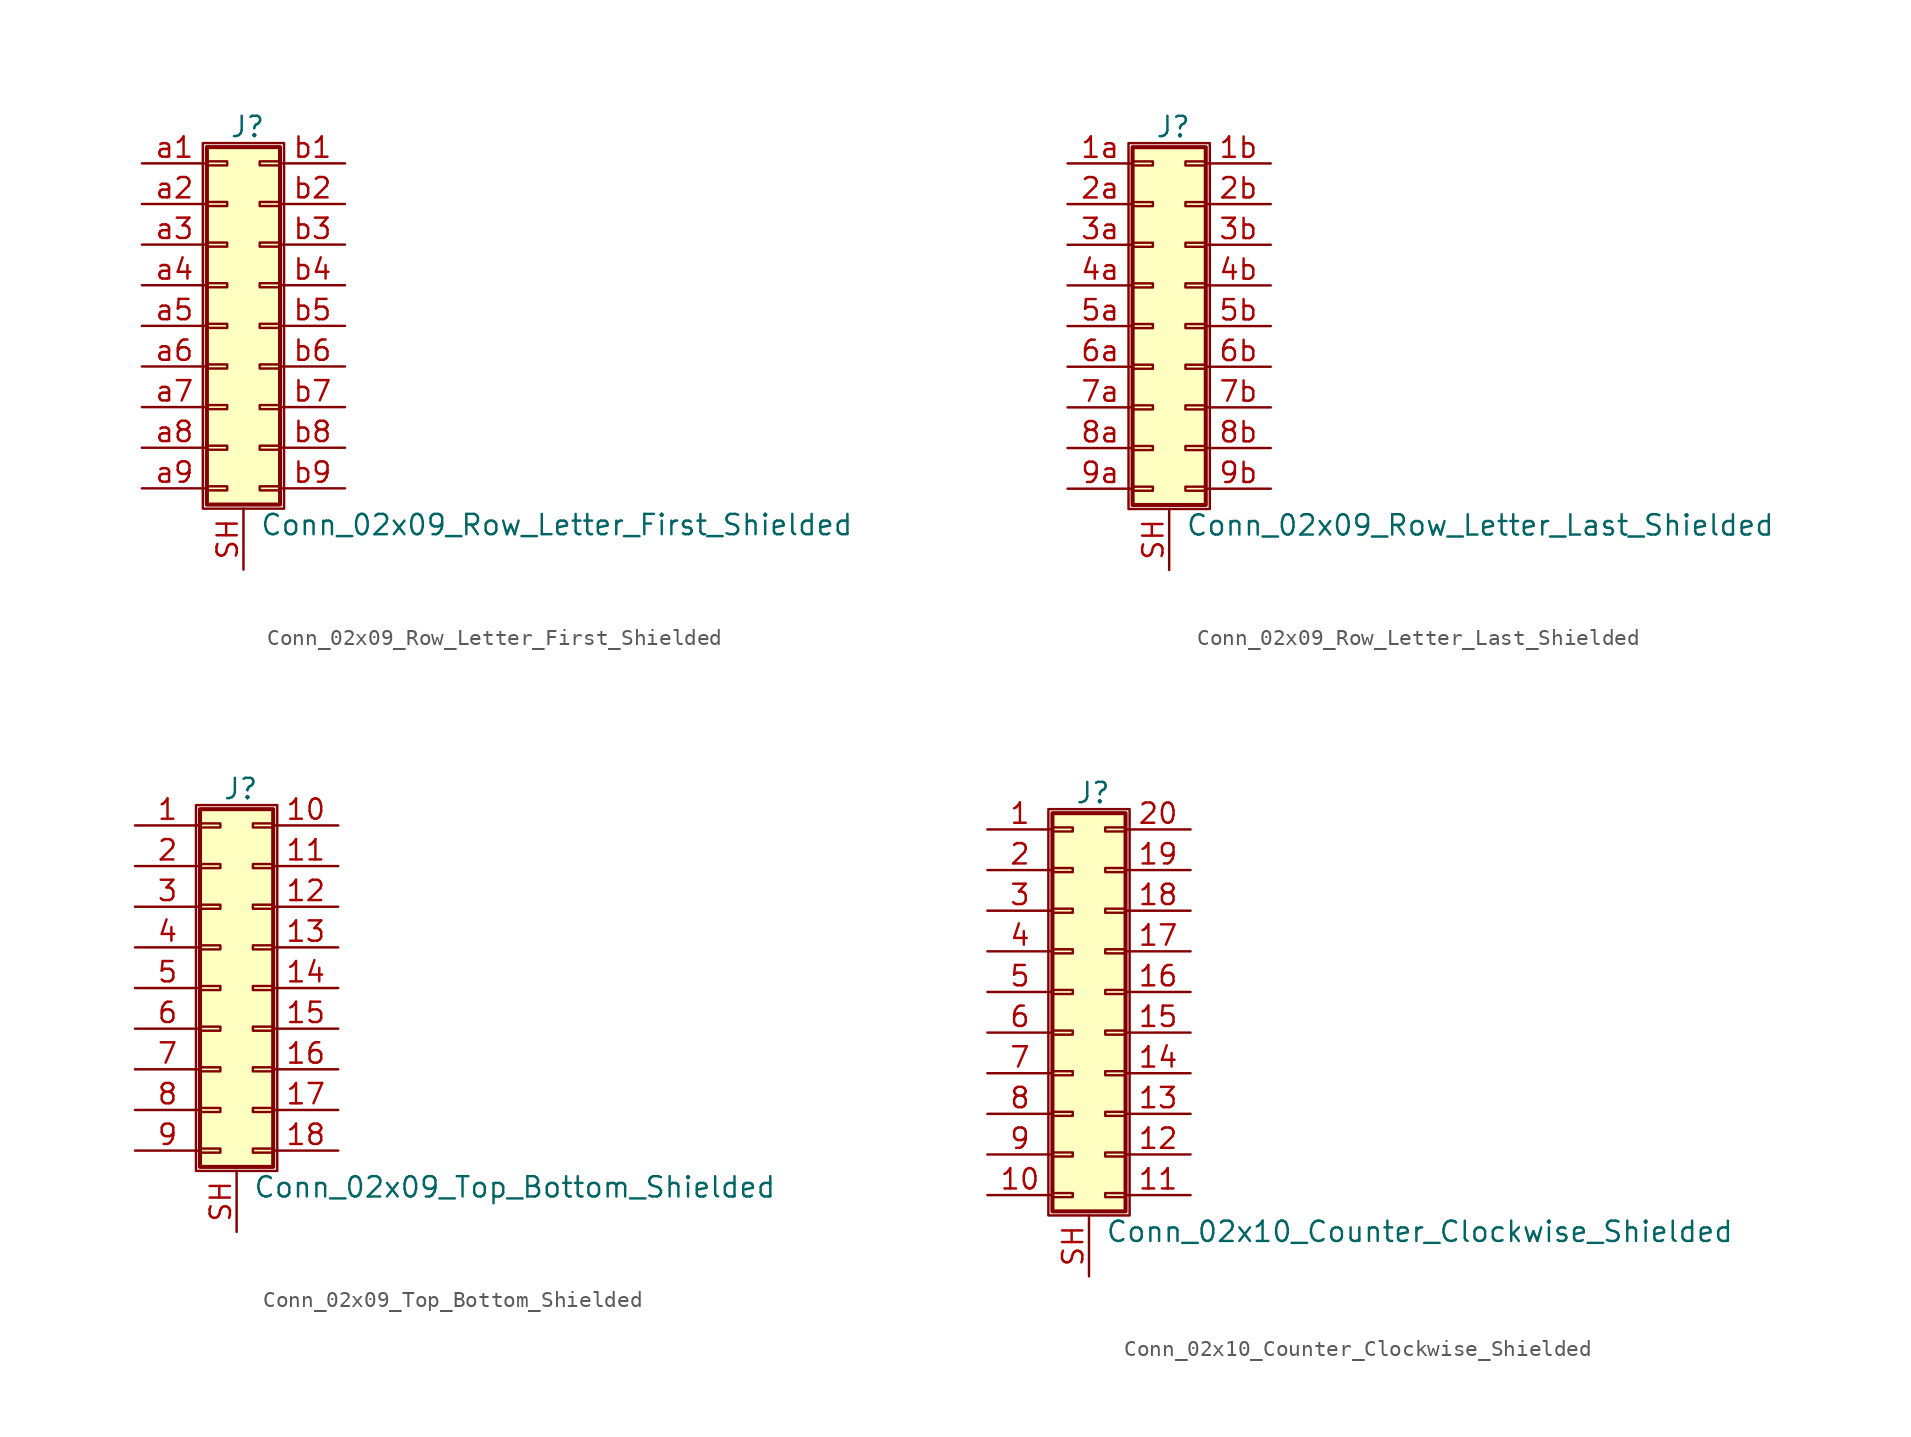
<source format=kicad_sym>
(kicad_symbol_lib
  (version 20201005)
  (generator kicad_symbol_editor)
  (symbol "Connector_Generic_Shielded:Conn_02x09_Row_Letter_First_Shielded"
    (pin_names
      (offset 1.016) hide)
    (property "Reference" "J"
      (at 1.524 12.446 0)
      (effects (font (size 1.27 1.27))))
    (property "Value" "Conn_02x09_Row_Letter_First_Shielded"
      (at 2.286 -12.446 0)
      (effects (font (size 1.27 1.27)) (justify left)))
    (symbol "Conn_02x09_Row_Letter_First_Shielded_1_1"
      (rectangle (start -1.016 -4.953) (end 0.254 -5.207) (stroke (width 0.152)) (fill (type none)))
      (rectangle (start -1.016 -7.493) (end 0.254 -7.747) (stroke (width 0.152)) (fill (type none)))
      (rectangle (start -1.016 -10.033) (end 0.254 -10.287) (stroke (width 0.152)) (fill (type none)))
      (rectangle (start -1.016 -2.413) (end 0.254 -2.667) (stroke (width 0.152)) (fill (type none)))
      (rectangle (start -1.016 2.667) (end 0.254 2.413) (stroke (width 0.152)) (fill (type none)))
      (rectangle (start -1.016 5.207) (end 0.254 4.953) (stroke (width 0.152)) (fill (type none)))
      (rectangle (start -1.016 7.747) (end 0.254 7.493) (stroke (width 0.152)) (fill (type none)))
      (rectangle (start -1.016 10.287) (end 0.254 10.033) (stroke (width 0.152)) (fill (type none)))
      (rectangle (start -1.016 11.176) (end 3.556 -11.176) (stroke (width 0.254)) (fill (type background)))
      (rectangle (start -1.016 0.127) (end 0.254 -0.127) (stroke (width 0.152)) (fill (type none)))
      (rectangle (start -1.27 11.43) (end 3.81 -11.43) (stroke (width 0.152)) (fill (type none)))
      (rectangle (start 3.556 -4.953) (end 2.286 -5.207) (stroke (width 0.152)) (fill (type none)))
      (rectangle (start 3.556 -7.493) (end 2.286 -7.747) (stroke (width 0.152)) (fill (type none)))
      (rectangle (start 3.556 -10.033) (end 2.286 -10.287) (stroke (width 0.152)) (fill (type none)))
      (rectangle (start 3.556 -2.413) (end 2.286 -2.667) (stroke (width 0.152)) (fill (type none)))
      (rectangle (start 3.556 2.667) (end 2.286 2.413) (stroke (width 0.152)) (fill (type none)))
      (rectangle (start 3.556 5.207) (end 2.286 4.953) (stroke (width 0.152)) (fill (type none)))
      (rectangle (start 3.556 7.747) (end 2.286 7.493) (stroke (width 0.152)) (fill (type none)))
      (rectangle (start 3.556 10.287) (end 2.286 10.033) (stroke (width 0.152)) (fill (type none)))
      (rectangle (start 3.556 0.127) (end 2.286 -0.127) (stroke (width 0.152)) (fill (type none)))
      (pin passive line (at -5.08 10.16 0) (length 4.064) (name "Pin_a1" (effects (font (size 1.27 1.27)))) (number "a1" (effects (font (size 1.27 1.27)))))
      (pin passive line (at -5.08 7.62 0) (length 4.064) (name "Pin_a2" (effects (font (size 1.27 1.27)))) (number "a2" (effects (font (size 1.27 1.27)))))
      (pin passive line (at -5.08 5.08 0) (length 4.064) (name "Pin_a3" (effects (font (size 1.27 1.27)))) (number "a3" (effects (font (size 1.27 1.27)))))
      (pin passive line (at -5.08 2.54 0) (length 4.064) (name "Pin_a4" (effects (font (size 1.27 1.27)))) (number "a4" (effects (font (size 1.27 1.27)))))
      (pin passive line (at -5.08 0 0) (length 4.064) (name "Pin_a5" (effects (font (size 1.27 1.27)))) (number "a5" (effects (font (size 1.27 1.27)))))
      (pin passive line (at -5.08 -2.54 0) (length 4.064) (name "Pin_a6" (effects (font (size 1.27 1.27)))) (number "a6" (effects (font (size 1.27 1.27)))))
      (pin passive line (at -5.08 -5.08 0) (length 4.064) (name "Pin_a7" (effects (font (size 1.27 1.27)))) (number "a7" (effects (font (size 1.27 1.27)))))
      (pin passive line (at -5.08 -7.62 0) (length 4.064) (name "Pin_a8" (effects (font (size 1.27 1.27)))) (number "a8" (effects (font (size 1.27 1.27)))))
      (pin passive line (at -5.08 -10.16 0) (length 4.064) (name "Pin_a9" (effects (font (size 1.27 1.27)))) (number "a9" (effects (font (size 1.27 1.27)))))
      (pin passive line (at 7.62 10.16 180) (length 4.064) (name "Pin_b1" (effects (font (size 1.27 1.27)))) (number "b1" (effects (font (size 1.27 1.27)))))
      (pin passive line (at 7.62 7.62 180) (length 4.064) (name "Pin_b2" (effects (font (size 1.27 1.27)))) (number "b2" (effects (font (size 1.27 1.27)))))
      (pin passive line (at 7.62 5.08 180) (length 4.064) (name "Pin_b3" (effects (font (size 1.27 1.27)))) (number "b3" (effects (font (size 1.27 1.27)))))
      (pin passive line (at 7.62 2.54 180) (length 4.064) (name "Pin_b4" (effects (font (size 1.27 1.27)))) (number "b4" (effects (font (size 1.27 1.27)))))
      (pin passive line (at 7.62 0 180) (length 4.064) (name "Pin_b5" (effects (font (size 1.27 1.27)))) (number "b5" (effects (font (size 1.27 1.27)))))
      (pin passive line (at 7.62 -2.54 180) (length 4.064) (name "Pin_b6" (effects (font (size 1.27 1.27)))) (number "b6" (effects (font (size 1.27 1.27)))))
      (pin passive line (at 7.62 -5.08 180) (length 4.064) (name "Pin_b7" (effects (font (size 1.27 1.27)))) (number "b7" (effects (font (size 1.27 1.27)))))
      (pin passive line (at 7.62 -7.62 180) (length 4.064) (name "Pin_b8" (effects (font (size 1.27 1.27)))) (number "b8" (effects (font (size 1.27 1.27)))))
      (pin passive line (at 7.62 -10.16 180) (length 4.064) (name "Pin_b9" (effects (font (size 1.27 1.27)))) (number "b9" (effects (font (size 1.27 1.27)))))
      (pin passive line (at 1.27 -15.24 90) (length 3.81) (name "Shield" (effects (font (size 1.27 1.27)))) (number "SH" (effects (font (size 1.27 1.27)))))))
  (symbol "Connector_Generic_Shielded:Conn_02x09_Row_Letter_Last_Shielded"
    (pin_names
      (offset 1.016) hide)
    (property "Reference" "J"
      (at 1.524 12.446 0)
      (effects (font (size 1.27 1.27))))
    (property "Value" "Conn_02x09_Row_Letter_Last_Shielded"
      (at 2.286 -12.446 0)
      (effects (font (size 1.27 1.27)) (justify left)))
    (symbol "Conn_02x09_Row_Letter_Last_Shielded_1_1"
      (rectangle (start -1.016 -4.953) (end 0.254 -5.207) (stroke (width 0.152)) (fill (type none)))
      (rectangle (start -1.016 -7.493) (end 0.254 -7.747) (stroke (width 0.152)) (fill (type none)))
      (rectangle (start -1.016 -10.033) (end 0.254 -10.287) (stroke (width 0.152)) (fill (type none)))
      (rectangle (start -1.016 -2.413) (end 0.254 -2.667) (stroke (width 0.152)) (fill (type none)))
      (rectangle (start -1.016 2.667) (end 0.254 2.413) (stroke (width 0.152)) (fill (type none)))
      (rectangle (start -1.016 5.207) (end 0.254 4.953) (stroke (width 0.152)) (fill (type none)))
      (rectangle (start -1.016 7.747) (end 0.254 7.493) (stroke (width 0.152)) (fill (type none)))
      (rectangle (start -1.016 10.287) (end 0.254 10.033) (stroke (width 0.152)) (fill (type none)))
      (rectangle (start -1.016 11.176) (end 3.556 -11.176) (stroke (width 0.254)) (fill (type background)))
      (rectangle (start -1.016 0.127) (end 0.254 -0.127) (stroke (width 0.152)) (fill (type none)))
      (rectangle (start -1.27 11.43) (end 3.81 -11.43) (stroke (width 0.152)) (fill (type none)))
      (rectangle (start 3.556 -4.953) (end 2.286 -5.207) (stroke (width 0.152)) (fill (type none)))
      (rectangle (start 3.556 -7.493) (end 2.286 -7.747) (stroke (width 0.152)) (fill (type none)))
      (rectangle (start 3.556 -10.033) (end 2.286 -10.287) (stroke (width 0.152)) (fill (type none)))
      (rectangle (start 3.556 -2.413) (end 2.286 -2.667) (stroke (width 0.152)) (fill (type none)))
      (rectangle (start 3.556 2.667) (end 2.286 2.413) (stroke (width 0.152)) (fill (type none)))
      (rectangle (start 3.556 5.207) (end 2.286 4.953) (stroke (width 0.152)) (fill (type none)))
      (rectangle (start 3.556 7.747) (end 2.286 7.493) (stroke (width 0.152)) (fill (type none)))
      (rectangle (start 3.556 10.287) (end 2.286 10.033) (stroke (width 0.152)) (fill (type none)))
      (rectangle (start 3.556 0.127) (end 2.286 -0.127) (stroke (width 0.152)) (fill (type none)))
      (pin passive line (at -5.08 10.16 0) (length 4.064) (name "Pin_1a" (effects (font (size 1.27 1.27)))) (number "1a" (effects (font (size 1.27 1.27)))))
      (pin passive line (at 7.62 10.16 180) (length 4.064) (name "Pin_1b" (effects (font (size 1.27 1.27)))) (number "1b" (effects (font (size 1.27 1.27)))))
      (pin passive line (at -5.08 7.62 0) (length 4.064) (name "Pin_2a" (effects (font (size 1.27 1.27)))) (number "2a" (effects (font (size 1.27 1.27)))))
      (pin passive line (at 7.62 7.62 180) (length 4.064) (name "Pin_2b" (effects (font (size 1.27 1.27)))) (number "2b" (effects (font (size 1.27 1.27)))))
      (pin passive line (at -5.08 5.08 0) (length 4.064) (name "Pin_3a" (effects (font (size 1.27 1.27)))) (number "3a" (effects (font (size 1.27 1.27)))))
      (pin passive line (at 7.62 5.08 180) (length 4.064) (name "Pin_3b" (effects (font (size 1.27 1.27)))) (number "3b" (effects (font (size 1.27 1.27)))))
      (pin passive line (at -5.08 2.54 0) (length 4.064) (name "Pin_4a" (effects (font (size 1.27 1.27)))) (number "4a" (effects (font (size 1.27 1.27)))))
      (pin passive line (at 7.62 2.54 180) (length 4.064) (name "Pin_4b" (effects (font (size 1.27 1.27)))) (number "4b" (effects (font (size 1.27 1.27)))))
      (pin passive line (at -5.08 0 0) (length 4.064) (name "Pin_5a" (effects (font (size 1.27 1.27)))) (number "5a" (effects (font (size 1.27 1.27)))))
      (pin passive line (at 7.62 0 180) (length 4.064) (name "Pin_5b" (effects (font (size 1.27 1.27)))) (number "5b" (effects (font (size 1.27 1.27)))))
      (pin passive line (at -5.08 -2.54 0) (length 4.064) (name "Pin_6a" (effects (font (size 1.27 1.27)))) (number "6a" (effects (font (size 1.27 1.27)))))
      (pin passive line (at 7.62 -2.54 180) (length 4.064) (name "Pin_6b" (effects (font (size 1.27 1.27)))) (number "6b" (effects (font (size 1.27 1.27)))))
      (pin passive line (at -5.08 -5.08 0) (length 4.064) (name "Pin_7a" (effects (font (size 1.27 1.27)))) (number "7a" (effects (font (size 1.27 1.27)))))
      (pin passive line (at 7.62 -5.08 180) (length 4.064) (name "Pin_7b" (effects (font (size 1.27 1.27)))) (number "7b" (effects (font (size 1.27 1.27)))))
      (pin passive line (at -5.08 -7.62 0) (length 4.064) (name "Pin_8a" (effects (font (size 1.27 1.27)))) (number "8a" (effects (font (size 1.27 1.27)))))
      (pin passive line (at 7.62 -7.62 180) (length 4.064) (name "Pin_8b" (effects (font (size 1.27 1.27)))) (number "8b" (effects (font (size 1.27 1.27)))))
      (pin passive line (at -5.08 -10.16 0) (length 4.064) (name "Pin_9a" (effects (font (size 1.27 1.27)))) (number "9a" (effects (font (size 1.27 1.27)))))
      (pin passive line (at 7.62 -10.16 180) (length 4.064) (name "Pin_9b" (effects (font (size 1.27 1.27)))) (number "9b" (effects (font (size 1.27 1.27)))))
      (pin passive line (at 1.27 -15.24 90) (length 3.81) (name "Shield" (effects (font (size 1.27 1.27)))) (number "SH" (effects (font (size 1.27 1.27)))))))
  (symbol "Connector_Generic_Shielded:Conn_02x09_Top_Bottom_Shielded"
    (pin_names
      (offset 1.016) hide)
    (property "Reference" "J"
      (at 1.524 12.446 0)
      (effects (font (size 1.27 1.27))))
    (property "Value" "Conn_02x09_Top_Bottom_Shielded"
      (at 2.286 -12.446 0)
      (effects (font (size 1.27 1.27)) (justify left)))
    (symbol "Conn_02x09_Top_Bottom_Shielded_1_1"
      (rectangle (start -1.016 -4.953) (end 0.254 -5.207) (stroke (width 0.152)) (fill (type none)))
      (rectangle (start -1.016 -7.493) (end 0.254 -7.747) (stroke (width 0.152)) (fill (type none)))
      (rectangle (start -1.016 -10.033) (end 0.254 -10.287) (stroke (width 0.152)) (fill (type none)))
      (rectangle (start -1.016 -2.413) (end 0.254 -2.667) (stroke (width 0.152)) (fill (type none)))
      (rectangle (start -1.016 2.667) (end 0.254 2.413) (stroke (width 0.152)) (fill (type none)))
      (rectangle (start -1.016 5.207) (end 0.254 4.953) (stroke (width 0.152)) (fill (type none)))
      (rectangle (start -1.016 7.747) (end 0.254 7.493) (stroke (width 0.152)) (fill (type none)))
      (rectangle (start -1.016 10.287) (end 0.254 10.033) (stroke (width 0.152)) (fill (type none)))
      (rectangle (start -1.016 11.176) (end 3.556 -11.176) (stroke (width 0.254)) (fill (type background)))
      (rectangle (start -1.016 0.127) (end 0.254 -0.127) (stroke (width 0.152)) (fill (type none)))
      (rectangle (start -1.27 11.43) (end 3.81 -11.43) (stroke (width 0.152)) (fill (type none)))
      (rectangle (start 3.556 -4.953) (end 2.286 -5.207) (stroke (width 0.152)) (fill (type none)))
      (rectangle (start 3.556 -7.493) (end 2.286 -7.747) (stroke (width 0.152)) (fill (type none)))
      (rectangle (start 3.556 -10.033) (end 2.286 -10.287) (stroke (width 0.152)) (fill (type none)))
      (rectangle (start 3.556 -2.413) (end 2.286 -2.667) (stroke (width 0.152)) (fill (type none)))
      (rectangle (start 3.556 2.667) (end 2.286 2.413) (stroke (width 0.152)) (fill (type none)))
      (rectangle (start 3.556 5.207) (end 2.286 4.953) (stroke (width 0.152)) (fill (type none)))
      (rectangle (start 3.556 7.747) (end 2.286 7.493) (stroke (width 0.152)) (fill (type none)))
      (rectangle (start 3.556 10.287) (end 2.286 10.033) (stroke (width 0.152)) (fill (type none)))
      (rectangle (start 3.556 0.127) (end 2.286 -0.127) (stroke (width 0.152)) (fill (type none)))
      (pin passive line (at -5.08 10.16 0) (length 4.064) (name "Pin_1" (effects (font (size 1.27 1.27)))) (number "1" (effects (font (size 1.27 1.27)))))
      (pin passive line (at 7.62 10.16 180) (length 4.064) (name "Pin_10" (effects (font (size 1.27 1.27)))) (number "10" (effects (font (size 1.27 1.27)))))
      (pin passive line (at 7.62 7.62 180) (length 4.064) (name "Pin_11" (effects (font (size 1.27 1.27)))) (number "11" (effects (font (size 1.27 1.27)))))
      (pin passive line (at 7.62 5.08 180) (length 4.064) (name "Pin_12" (effects (font (size 1.27 1.27)))) (number "12" (effects (font (size 1.27 1.27)))))
      (pin passive line (at 7.62 2.54 180) (length 4.064) (name "Pin_13" (effects (font (size 1.27 1.27)))) (number "13" (effects (font (size 1.27 1.27)))))
      (pin passive line (at 7.62 0 180) (length 4.064) (name "Pin_14" (effects (font (size 1.27 1.27)))) (number "14" (effects (font (size 1.27 1.27)))))
      (pin passive line (at 7.62 -2.54 180) (length 4.064) (name "Pin_15" (effects (font (size 1.27 1.27)))) (number "15" (effects (font (size 1.27 1.27)))))
      (pin passive line (at 7.62 -5.08 180) (length 4.064) (name "Pin_16" (effects (font (size 1.27 1.27)))) (number "16" (effects (font (size 1.27 1.27)))))
      (pin passive line (at 7.62 -7.62 180) (length 4.064) (name "Pin_17" (effects (font (size 1.27 1.27)))) (number "17" (effects (font (size 1.27 1.27)))))
      (pin passive line (at 7.62 -10.16 180) (length 4.064) (name "Pin_18" (effects (font (size 1.27 1.27)))) (number "18" (effects (font (size 1.27 1.27)))))
      (pin passive line (at -5.08 7.62 0) (length 4.064) (name "Pin_2" (effects (font (size 1.27 1.27)))) (number "2" (effects (font (size 1.27 1.27)))))
      (pin passive line (at -5.08 5.08 0) (length 4.064) (name "Pin_3" (effects (font (size 1.27 1.27)))) (number "3" (effects (font (size 1.27 1.27)))))
      (pin passive line (at -5.08 2.54 0) (length 4.064) (name "Pin_4" (effects (font (size 1.27 1.27)))) (number "4" (effects (font (size 1.27 1.27)))))
      (pin passive line (at -5.08 0 0) (length 4.064) (name "Pin_5" (effects (font (size 1.27 1.27)))) (number "5" (effects (font (size 1.27 1.27)))))
      (pin passive line (at -5.08 -2.54 0) (length 4.064) (name "Pin_6" (effects (font (size 1.27 1.27)))) (number "6" (effects (font (size 1.27 1.27)))))
      (pin passive line (at -5.08 -5.08 0) (length 4.064) (name "Pin_7" (effects (font (size 1.27 1.27)))) (number "7" (effects (font (size 1.27 1.27)))))
      (pin passive line (at -5.08 -7.62 0) (length 4.064) (name "Pin_8" (effects (font (size 1.27 1.27)))) (number "8" (effects (font (size 1.27 1.27)))))
      (pin passive line (at -5.08 -10.16 0) (length 4.064) (name "Pin_9" (effects (font (size 1.27 1.27)))) (number "9" (effects (font (size 1.27 1.27)))))
      (pin passive line (at 1.27 -15.24 90) (length 3.81) (name "Shield" (effects (font (size 1.27 1.27)))) (number "SH" (effects (font (size 1.27 1.27)))))))
  (symbol "Connector_Generic_Shielded:Conn_02x10_Counter_Clockwise_Shielded"
    (pin_names
      (offset 1.016) hide)
    (property "Reference" "J"
      (at 1.524 12.446 0)
      (effects (font (size 1.27 1.27))))
    (property "Value" "Conn_02x10_Counter_Clockwise_Shielded"
      (at 2.286 -14.986 0)
      (effects (font (size 1.27 1.27)) (justify left)))
    (symbol "Conn_02x10_Counter_Clockwise_Shielded_1_1"
      (rectangle (start -1.016 -4.953) (end 0.254 -5.207) (stroke (width 0.152)) (fill (type none)))
      (rectangle (start -1.016 -7.493) (end 0.254 -7.747) (stroke (width 0.152)) (fill (type none)))
      (rectangle (start -1.016 -10.033) (end 0.254 -10.287) (stroke (width 0.152)) (fill (type none)))
      (rectangle (start -1.016 -12.573) (end 0.254 -12.827) (stroke (width 0.152)) (fill (type none)))
      (rectangle (start -1.016 -2.413) (end 0.254 -2.667) (stroke (width 0.152)) (fill (type none)))
      (rectangle (start -1.016 2.667) (end 0.254 2.413) (stroke (width 0.152)) (fill (type none)))
      (rectangle (start -1.016 5.207) (end 0.254 4.953) (stroke (width 0.152)) (fill (type none)))
      (rectangle (start -1.016 7.747) (end 0.254 7.493) (stroke (width 0.152)) (fill (type none)))
      (rectangle (start -1.016 10.287) (end 0.254 10.033) (stroke (width 0.152)) (fill (type none)))
      (rectangle (start -1.016 11.176) (end 3.556 -13.716) (stroke (width 0.254)) (fill (type background)))
      (rectangle (start -1.016 0.127) (end 0.254 -0.127) (stroke (width 0.152)) (fill (type none)))
      (rectangle (start -1.27 11.43) (end 3.81 -13.97) (stroke (width 0.152)) (fill (type none)))
      (rectangle (start 3.556 -4.953) (end 2.286 -5.207) (stroke (width 0.152)) (fill (type none)))
      (rectangle (start 3.556 -7.493) (end 2.286 -7.747) (stroke (width 0.152)) (fill (type none)))
      (rectangle (start 3.556 -10.033) (end 2.286 -10.287) (stroke (width 0.152)) (fill (type none)))
      (rectangle (start 3.556 -12.573) (end 2.286 -12.827) (stroke (width 0.152)) (fill (type none)))
      (rectangle (start 3.556 -2.413) (end 2.286 -2.667) (stroke (width 0.152)) (fill (type none)))
      (rectangle (start 3.556 2.667) (end 2.286 2.413) (stroke (width 0.152)) (fill (type none)))
      (rectangle (start 3.556 5.207) (end 2.286 4.953) (stroke (width 0.152)) (fill (type none)))
      (rectangle (start 3.556 7.747) (end 2.286 7.493) (stroke (width 0.152)) (fill (type none)))
      (rectangle (start 3.556 10.287) (end 2.286 10.033) (stroke (width 0.152)) (fill (type none)))
      (rectangle (start 3.556 0.127) (end 2.286 -0.127) (stroke (width 0.152)) (fill (type none)))
      (pin passive line (at -5.08 10.16 0) (length 4.064) (name "Pin_1" (effects (font (size 1.27 1.27)))) (number "1" (effects (font (size 1.27 1.27)))))
      (pin passive line (at -5.08 -12.7 0) (length 4.064) (name "Pin_10" (effects (font (size 1.27 1.27)))) (number "10" (effects (font (size 1.27 1.27)))))
      (pin passive line (at 7.62 -12.7 180) (length 4.064) (name "Pin_11" (effects (font (size 1.27 1.27)))) (number "11" (effects (font (size 1.27 1.27)))))
      (pin passive line (at 7.62 -10.16 180) (length 4.064) (name "Pin_12" (effects (font (size 1.27 1.27)))) (number "12" (effects (font (size 1.27 1.27)))))
      (pin passive line (at 7.62 -7.62 180) (length 4.064) (name "Pin_13" (effects (font (size 1.27 1.27)))) (number "13" (effects (font (size 1.27 1.27)))))
      (pin passive line (at 7.62 -5.08 180) (length 4.064) (name "Pin_14" (effects (font (size 1.27 1.27)))) (number "14" (effects (font (size 1.27 1.27)))))
      (pin passive line (at 7.62 -2.54 180) (length 4.064) (name "Pin_15" (effects (font (size 1.27 1.27)))) (number "15" (effects (font (size 1.27 1.27)))))
      (pin passive line (at 7.62 0 180) (length 4.064) (name "Pin_16" (effects (font (size 1.27 1.27)))) (number "16" (effects (font (size 1.27 1.27)))))
      (pin passive line (at 7.62 2.54 180) (length 4.064) (name "Pin_17" (effects (font (size 1.27 1.27)))) (number "17" (effects (font (size 1.27 1.27)))))
      (pin passive line (at 7.62 5.08 180) (length 4.064) (name "Pin_18" (effects (font (size 1.27 1.27)))) (number "18" (effects (font (size 1.27 1.27)))))
      (pin passive line (at 7.62 7.62 180) (length 4.064) (name "Pin_19" (effects (font (size 1.27 1.27)))) (number "19" (effects (font (size 1.27 1.27)))))
      (pin passive line (at -5.08 7.62 0) (length 4.064) (name "Pin_2" (effects (font (size 1.27 1.27)))) (number "2" (effects (font (size 1.27 1.27)))))
      (pin passive line (at 7.62 10.16 180) (length 4.064) (name "Pin_20" (effects (font (size 1.27 1.27)))) (number "20" (effects (font (size 1.27 1.27)))))
      (pin passive line (at -5.08 5.08 0) (length 4.064) (name "Pin_3" (effects (font (size 1.27 1.27)))) (number "3" (effects (font (size 1.27 1.27)))))
      (pin passive line (at -5.08 2.54 0) (length 4.064) (name "Pin_4" (effects (font (size 1.27 1.27)))) (number "4" (effects (font (size 1.27 1.27)))))
      (pin passive line (at -5.08 0 0) (length 4.064) (name "Pin_5" (effects (font (size 1.27 1.27)))) (number "5" (effects (font (size 1.27 1.27)))))
      (pin passive line (at -5.08 -2.54 0) (length 4.064) (name "Pin_6" (effects (font (size 1.27 1.27)))) (number "6" (effects (font (size 1.27 1.27)))))
      (pin passive line (at -5.08 -5.08 0) (length 4.064) (name "Pin_7" (effects (font (size 1.27 1.27)))) (number "7" (effects (font (size 1.27 1.27)))))
      (pin passive line (at -5.08 -7.62 0) (length 4.064) (name "Pin_8" (effects (font (size 1.27 1.27)))) (number "8" (effects (font (size 1.27 1.27)))))
      (pin passive line (at -5.08 -10.16 0) (length 4.064) (name "Pin_9" (effects (font (size 1.27 1.27)))) (number "9" (effects (font (size 1.27 1.27)))))
      (pin passive line (at 1.27 -17.78 90) (length 3.81) (name "Shield" (effects (font (size 1.27 1.27)))) (number "SH" (effects (font (size 1.27 1.27))))))))
</source>
